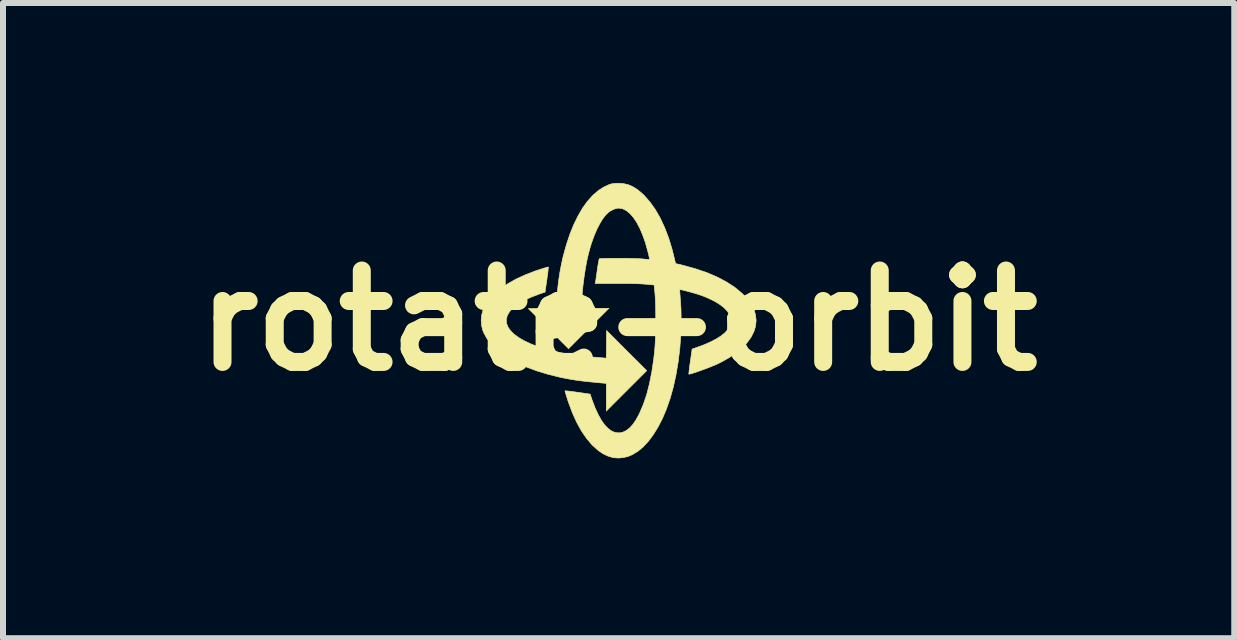
<source format=kicad_pcb>
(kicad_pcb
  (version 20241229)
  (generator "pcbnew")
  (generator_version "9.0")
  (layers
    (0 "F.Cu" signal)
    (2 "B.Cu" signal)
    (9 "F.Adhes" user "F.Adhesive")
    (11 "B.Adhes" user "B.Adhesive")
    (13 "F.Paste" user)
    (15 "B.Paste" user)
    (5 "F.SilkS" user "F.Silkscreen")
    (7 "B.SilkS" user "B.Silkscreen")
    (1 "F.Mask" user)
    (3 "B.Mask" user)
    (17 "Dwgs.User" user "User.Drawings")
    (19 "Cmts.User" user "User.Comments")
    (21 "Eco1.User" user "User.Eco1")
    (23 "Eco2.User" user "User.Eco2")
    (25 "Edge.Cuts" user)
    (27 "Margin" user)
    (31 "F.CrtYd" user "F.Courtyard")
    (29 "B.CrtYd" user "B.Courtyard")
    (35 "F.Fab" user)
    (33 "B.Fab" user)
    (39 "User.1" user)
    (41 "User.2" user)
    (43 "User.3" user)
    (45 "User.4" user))
  (footprint "rotate-orbit"
    (layer "F.Cu")
    (at 7.264 2.295)
    (property "Reference" "rotate-orbit" (at 0 0 0) (layer "F.SilkS") (effects (font (size 1.524 1.524) (thickness 0.3))))
    (attr through_hole)
    (fp_poly (pts (xy -1.172 -0.894) (xy -1.171 -0.883) (xy -1.174 -0.857) (xy -1.178 -0.816) (xy -1.184 -0.765) (xy -1.193 -0.706) (xy -1.196 -0.682) (xy -1.226 -0.475) (xy -1.329 -0.44) (xy -1.455 -0.392) (xy -1.562 -0.344) (xy -1.653 -0.294) (xy -1.727 -0.241) (xy -1.769 -0.205) (xy -1.822 -0.143) (xy -1.857 -0.081) (xy -1.872 -0.019) (xy -1.869 0.043) (xy -1.846 0.105) (xy -1.806 0.165) (xy -1.747 0.224) (xy -1.67 0.281) (xy -1.576 0.336) (xy -1.463 0.389) (xy -1.398 0.415) (xy -1.272 0.458) (xy -1.136 0.497) (xy -0.988 0.531) (xy -0.826 0.56) (xy -0.649 0.585) (xy -0.455 0.606) (xy -0.286 0.62) (xy -0.206 0.627) (xy -0.203 0.396) (xy -0.2 0.166) (xy 0.134 0.501) (xy 0.469 0.835) (xy 0.132 1.172) (xy -0.205 1.509) (xy -0.205 1.047) (xy -0.266 1.042) (xy -0.391 1.03) (xy -0.499 1.02) (xy -0.595 1.009) (xy -0.681 0.998) (xy -0.76 0.986) (xy -0.836 0.973) (xy -0.913 0.958) (xy -0.991 0.942) (xy -1.182 0.894) (xy -1.36 0.84) (xy -1.525 0.779) (xy -1.676 0.711) (xy -1.813 0.638) (xy -1.934 0.56) (xy -2.039 0.476) (xy -2.127 0.389) (xy -2.197 0.297) (xy -2.249 0.202) (xy -2.267 0.156) (xy -2.285 0.079) (xy -2.291 -0.005) (xy -2.283 -0.09) (xy -2.265 -0.163) (xy -2.223 -0.253) (xy -2.163 -0.342) (xy -2.084 -0.43) (xy -2.067 -0.448) (xy -1.965 -0.534) (xy -1.845 -0.616) (xy -1.708 -0.693) (xy -1.555 -0.763) (xy -1.387 -0.828) (xy -1.353 -0.839) (xy -1.298 -0.857) (xy -1.249 -0.873) (xy -1.21 -0.884) (xy -1.183 -0.892) (xy -1.172 -0.894) (xy -1.172 -0.894)) (stroke (width 0.01) (type solid)) (fill yes) (layer "F.SilkS"))
    (fp_poly (pts (xy 0.085 -2.283) (xy 0.163 -2.265) (xy 0.238 -2.232) (xy 0.313 -2.185) (xy 0.39 -2.121) (xy 0.431 -2.082) (xy 0.525 -1.974) (xy 0.614 -1.849) (xy 0.695 -1.708) (xy 0.768 -1.55) (xy 0.834 -1.378) (xy 0.891 -1.191) (xy 0.918 -1.084) (xy 0.95 -0.951) (xy 1.083 -0.919) (xy 1.288 -0.862) (xy 1.476 -0.798) (xy 1.646 -0.725) (xy 1.799 -0.644) (xy 1.935 -0.556) (xy 2.052 -0.459) (xy 2.086 -0.426) (xy 2.158 -0.346) (xy 2.213 -0.269) (xy 2.253 -0.192) (xy 2.279 -0.11) (xy 2.283 -0.095) (xy 2.293 -0.002) (xy 2.284 0.092) (xy 2.256 0.184) (xy 2.21 0.275) (xy 2.147 0.363) (xy 2.066 0.449) (xy 1.968 0.532) (xy 1.854 0.611) (xy 1.724 0.685) (xy 1.659 0.718) (xy 1.619 0.736) (xy 1.57 0.756) (xy 1.514 0.779) (xy 1.455 0.802) (xy 1.394 0.824) (xy 1.335 0.845) (xy 1.281 0.864) (xy 1.235 0.879) (xy 1.2 0.889) (xy 1.177 0.894) (xy 1.172 0.894) (xy 1.171 0.883) (xy 1.174 0.857) (xy 1.178 0.816) (xy 1.184 0.765) (xy 1.193 0.706) (xy 1.196 0.682) (xy 1.226 0.475) (xy 1.26 0.463) (xy 1.4 0.413) (xy 1.522 0.361) (xy 1.624 0.309) (xy 1.708 0.256) (xy 1.775 0.201) (xy 1.824 0.144) (xy 1.857 0.085) (xy 1.872 0.027) (xy 1.871 -0.035) (xy 1.851 -0.097) (xy 1.812 -0.158) (xy 1.755 -0.217) (xy 1.68 -0.274) (xy 1.589 -0.328) (xy 1.48 -0.38) (xy 1.393 -0.415) (xy 1.355 -0.428) (xy 1.308 -0.443) (xy 1.256 -0.458) (xy 1.202 -0.474) (xy 1.15 -0.488) (xy 1.102 -0.5) (xy 1.062 -0.51) (xy 1.034 -0.515) (xy 1.021 -0.516) (xy 1.02 -0.516) (xy 1.02 -0.505) (xy 1.02 -0.479) (xy 1.023 -0.442) (xy 1.025 -0.414) (xy 1.04 -0.198) (xy 1.044 0.023) (xy 1.037 0.247) (xy 1.02 0.471) (xy 0.993 0.691) (xy 0.957 0.905) (xy 0.912 1.11) (xy 0.858 1.303) (xy 0.795 1.481) (xy 0.794 1.485) (xy 0.728 1.639) (xy 0.656 1.778) (xy 0.579 1.902) (xy 0.498 2.011) (xy 0.413 2.103) (xy 0.325 2.177) (xy 0.234 2.233) (xy 0.164 2.264) (xy 0.082 2.284) (xy -0.002 2.292) (xy -0.083 2.286) (xy -0.103 2.282) (xy -0.186 2.256) (xy -0.265 2.217) (xy -0.342 2.164) (xy -0.42 2.094) (xy -0.448 2.067) (xy -0.537 1.961) (xy -0.621 1.838) (xy -0.699 1.696) (xy -0.771 1.537) (xy -0.836 1.362) (xy -0.839 1.354) (xy -0.857 1.298) (xy -0.872 1.25) (xy -0.884 1.21) (xy -0.892 1.184) (xy -0.894 1.172) (xy -0.894 1.172) (xy -0.883 1.171) (xy -0.857 1.174) (xy -0.816 1.178) (xy -0.765 1.184) (xy -0.706 1.193) (xy -0.682 1.196) (xy -0.475 1.226) (xy -0.44 1.329) (xy -0.39 1.46) (xy -0.337 1.573) (xy -0.283 1.669) (xy -0.226 1.747) (xy -0.167 1.806) (xy -0.107 1.847) (xy -0.045 1.869) (xy 0.018 1.872) (xy 0.067 1.862) (xy 0.126 1.835) (xy 0.181 1.793) (xy 0.234 1.736) (xy 0.286 1.662) (xy 0.337 1.57) (xy 0.352 1.539) (xy 0.414 1.393) (xy 0.469 1.231) (xy 0.515 1.051) (xy 0.554 0.853) (xy 0.586 0.638) (xy 0.602 0.493) (xy 0.608 0.415) (xy 0.613 0.321) (xy 0.616 0.216) (xy 0.619 0.104) (xy 0.62 -0.011) (xy 0.619 -0.124) (xy 0.617 -0.233) (xy 0.614 -0.331) (xy 0.609 -0.416) (xy 0.607 -0.445) (xy 0.602 -0.496) (xy 0.598 -0.539) (xy 0.595 -0.572) (xy 0.593 -0.59) (xy 0.593 -0.593) (xy 0.583 -0.594) (xy 0.557 -0.597) (xy 0.519 -0.6) (xy 0.471 -0.605) (xy 0.445 -0.607) (xy 0.377 -0.612) (xy 0.292 -0.615) (xy 0.19 -0.617) (xy 0.072 -0.618) (xy -0.046 -0.618) (xy -0.391 -0.617) (xy -0.386 -0.638) (xy -0.383 -0.654) (xy -0.378 -0.686) (xy -0.372 -0.731) (xy -0.364 -0.784) (xy -0.356 -0.84) (xy -0.348 -0.898) (xy -0.339 -0.949) (xy -0.332 -0.99) (xy -0.326 -1.018) (xy -0.322 -1.03) (xy -0.31 -1.032) (xy -0.281 -1.034) (xy -0.238 -1.036) (xy -0.183 -1.037) (xy -0.119 -1.038) (xy -0.049 -1.038) (xy 0.024 -1.038) (xy 0.099 -1.038) (xy 0.172 -1.037) (xy 0.241 -1.035) (xy 0.303 -1.033) (xy 0.355 -1.031) (xy 0.395 -1.028) (xy 0.405 -1.027) (xy 0.448 -1.023) (xy 0.484 -1.021) (xy 0.508 -1.02) (xy 0.516 -1.02) (xy 0.515 -1.031) (xy 0.51 -1.057) (xy 0.502 -1.095) (xy 0.49 -1.141) (xy 0.485 -1.161) (xy 0.446 -1.301) (xy 0.401 -1.428) (xy 0.353 -1.54) (xy 0.301 -1.638) (xy 0.246 -1.72) (xy 0.188 -1.785) (xy 0.129 -1.833) (xy 0.068 -1.864) (xy 0.006 -1.875) (xy 0.003 -1.875) (xy -0.038 -1.87) (xy -0.086 -1.853) (xy -0.133 -1.83) (xy -0.165 -1.808) (xy -0.217 -1.758) (xy -0.268 -1.691) (xy -0.318 -1.608) (xy -0.367 -1.511) (xy -0.412 -1.403) (xy -0.454 -1.285) (xy -0.473 -1.223) (xy -0.504 -1.109) (xy -0.531 -0.99) (xy -0.554 -0.864) (xy -0.575 -0.728) (xy -0.594 -0.58) (xy -0.61 -0.417) (xy -0.62 -0.286) (xy -0.627 -0.205) (xy -0.161 -0.205) (xy -0.498 0.132) (xy -0.835 0.469) (xy -1.17 0.134) (xy -1.505 -0.2) (xy -1.047 -0.206) (xy -1.042 -0.266) (xy -1.028 -0.419) (xy -1.013 -0.556) (xy -0.998 -0.68) (xy -0.981 -0.793) (xy -0.961 -0.9) (xy -0.94 -1.003) (xy -0.923 -1.075) (xy -0.871 -1.263) (xy -0.813 -1.438) (xy -0.748 -1.599) (xy -0.677 -1.744) (xy -0.601 -1.875) (xy -0.519 -1.989) (xy -0.432 -2.086) (xy -0.341 -2.166) (xy -0.246 -2.227) (xy -0.156 -2.268) (xy -0.115 -2.28) (xy -0.074 -2.287) (xy -0.025 -2.289) (xy 0 -2.29) (xy 0.085 -2.283)) (stroke (width 0.01) (type solid)) (fill yes) (layer "F.SilkS")))
  (gr_rect
    (start -3 -3)
    (end 17.529 7.591)
    (stroke (width 0.1) (type default))
    (fill no)
    (layer "Edge.Cuts")))
</source>
